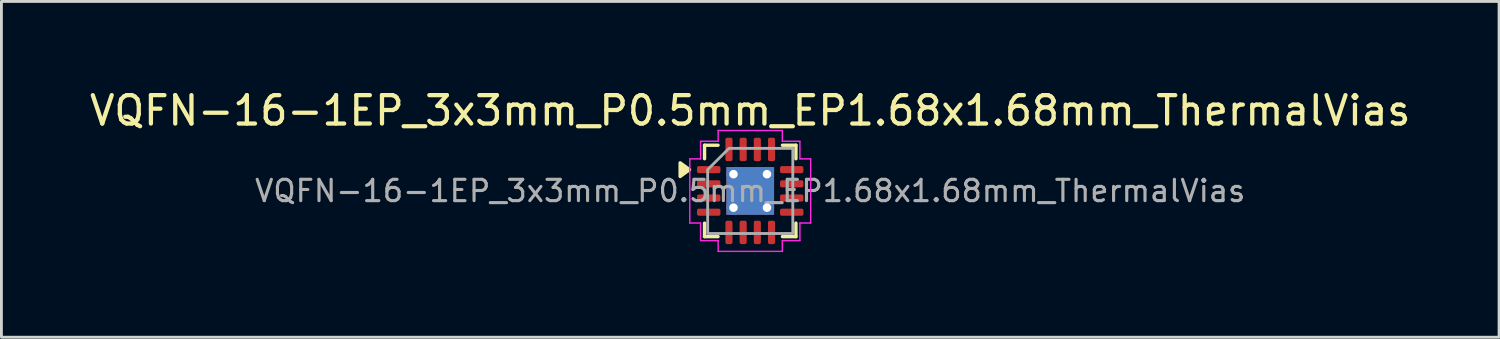
<source format=kicad_pcb>
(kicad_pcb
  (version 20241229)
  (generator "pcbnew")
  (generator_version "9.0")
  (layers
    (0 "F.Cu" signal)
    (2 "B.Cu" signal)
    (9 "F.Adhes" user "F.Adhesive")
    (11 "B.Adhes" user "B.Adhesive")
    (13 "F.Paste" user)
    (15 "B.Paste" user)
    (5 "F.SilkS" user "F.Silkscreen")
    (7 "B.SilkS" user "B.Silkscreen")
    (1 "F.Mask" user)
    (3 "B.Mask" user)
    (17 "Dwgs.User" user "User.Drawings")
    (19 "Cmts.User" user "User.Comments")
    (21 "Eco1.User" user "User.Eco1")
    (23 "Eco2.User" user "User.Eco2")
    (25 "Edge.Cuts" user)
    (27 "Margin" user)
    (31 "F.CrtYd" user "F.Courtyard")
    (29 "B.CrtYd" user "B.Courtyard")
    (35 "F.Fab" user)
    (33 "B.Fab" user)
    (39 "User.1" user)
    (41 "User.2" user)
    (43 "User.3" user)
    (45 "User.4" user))
  (footprint "VQFN-16-1EP_3x3mm_P0.5mm_EP1.68x1.68mm_ThermalVias"
    (layer "F.Cu")
    (at 23.387 3.678)
    (property "Reference" "VQFN-16-1EP_3x3mm_P0.5mm_EP1.68x1.68mm_ThermalVias" (at 0 -2.83 0) (layer "F.SilkS") (effects (font (size 1 1) (thickness 0.15))))
    (attr smd)
    (fp_line (start -1.61 -1.61) (end -1.135 -1.61) (stroke (width 0.12) (type solid)) (layer "F.SilkS"))
    (fp_line (start -1.61 -1.135) (end -1.61 -1.61) (stroke (width 0.12) (type solid)) (layer "F.SilkS"))
    (fp_line (start -1.61 1.61) (end -1.61 1.135) (stroke (width 0.12) (type solid)) (layer "F.SilkS"))
    (fp_line (start -1.135 1.61) (end -1.61 1.61) (stroke (width 0.12) (type solid)) (layer "F.SilkS"))
    (fp_line (start 1.135 -1.61) (end 1.61 -1.61) (stroke (width 0.12) (type solid)) (layer "F.SilkS"))
    (fp_line (start 1.61 -1.61) (end 1.61 -1.135) (stroke (width 0.12) (type solid)) (layer "F.SilkS"))
    (fp_line (start 1.61 1.135) (end 1.61 1.61) (stroke (width 0.12) (type solid)) (layer "F.SilkS"))
    (fp_line (start 1.61 1.61) (end 1.135 1.61) (stroke (width 0.12) (type solid)) (layer "F.SilkS"))
    (fp_poly (pts (xy -2.14 -0.75) (xy -2.47 -0.51) (xy -2.47 -0.99)) (stroke (width 0.12) (type solid)) (fill yes) (layer "F.SilkS"))
    (fp_line (start -2.13 -1.13) (end -1.75 -1.13) (stroke (width 0.05) (type solid)) (layer "F.CrtYd"))
    (fp_line (start -2.13 1.13) (end -2.13 -1.13) (stroke (width 0.05) (type solid)) (layer "F.CrtYd"))
    (fp_line (start -1.75 -1.75) (end -1.13 -1.75) (stroke (width 0.05) (type solid)) (layer "F.CrtYd"))
    (fp_line (start -1.75 -1.13) (end -1.75 -1.75) (stroke (width 0.05) (type solid)) (layer "F.CrtYd"))
    (fp_line (start -1.75 1.13) (end -2.13 1.13) (stroke (width 0.05) (type solid)) (layer "F.CrtYd"))
    (fp_line (start -1.75 1.75) (end -1.75 1.13) (stroke (width 0.05) (type solid)) (layer "F.CrtYd"))
    (fp_line (start -1.13 -2.13) (end 1.13 -2.13) (stroke (width 0.05) (type solid)) (layer "F.CrtYd"))
    (fp_line (start -1.13 -1.75) (end -1.13 -2.13) (stroke (width 0.05) (type solid)) (layer "F.CrtYd"))
    (fp_line (start -1.13 1.75) (end -1.75 1.75) (stroke (width 0.05) (type solid)) (layer "F.CrtYd"))
    (fp_line (start -1.13 2.13) (end -1.13 1.75) (stroke (width 0.05) (type solid)) (layer "F.CrtYd"))
    (fp_line (start 1.13 -2.13) (end 1.13 -1.75) (stroke (width 0.05) (type solid)) (layer "F.CrtYd"))
    (fp_line (start 1.13 -1.75) (end 1.75 -1.75) (stroke (width 0.05) (type solid)) (layer "F.CrtYd"))
    (fp_line (start 1.13 1.75) (end 1.13 2.13) (stroke (width 0.05) (type solid)) (layer "F.CrtYd"))
    (fp_line (start 1.13 2.13) (end -1.13 2.13) (stroke (width 0.05) (type solid)) (layer "F.CrtYd"))
    (fp_line (start 1.75 -1.75) (end 1.75 -1.13) (stroke (width 0.05) (type solid)) (layer "F.CrtYd"))
    (fp_line (start 1.75 -1.13) (end 2.13 -1.13) (stroke (width 0.05) (type solid)) (layer "F.CrtYd"))
    (fp_line (start 1.75 1.13) (end 1.75 1.75) (stroke (width 0.05) (type solid)) (layer "F.CrtYd"))
    (fp_line (start 1.75 1.75) (end 1.13 1.75) (stroke (width 0.05) (type solid)) (layer "F.CrtYd"))
    (fp_line (start 2.13 -1.13) (end 2.13 1.13) (stroke (width 0.05) (type solid)) (layer "F.CrtYd"))
    (fp_line (start 2.13 1.13) (end 1.75 1.13) (stroke (width 0.05) (type solid)) (layer "F.CrtYd"))
    (fp_poly (pts (xy -1.5 -0.75) (xy -1.5 1.5) (xy 1.5 1.5) (xy 1.5 -1.5) (xy -0.75 -1.5)) (stroke (width 0.1) (type solid)) (fill no) (layer "F.Fab"))
    (fp_text user "${REFERENCE}" (at 0 0 0) (layer "F.Fab") (effects (font (size 0.75 0.75) (thickness 0.11))))
    (pad "" smd roundrect (at -0.42 -0.42) (size 0.73 0.73) (layers "F.Paste") (roundrect_rratio 0.25))
    (pad "" smd roundrect (at -0.42 0.42) (size 0.73 0.73) (layers "F.Paste") (roundrect_rratio 0.25))
    (pad "" smd roundrect (at 0.42 -0.42) (size 0.73 0.73) (layers "F.Paste") (roundrect_rratio 0.25))
    (pad "" smd roundrect (at 0.42 0.42) (size 0.73 0.73) (layers "F.Paste") (roundrect_rratio 0.25))
    (pad "1" smd roundrect (at -1.462 -0.75) (size 0.825 0.25) (layers "F.Cu" "F.Mask" "F.Paste") (roundrect_rratio 0.25))
    (pad "2" smd roundrect (at -1.462 -0.25) (size 0.825 0.25) (layers "F.Cu" "F.Mask" "F.Paste") (roundrect_rratio 0.25))
    (pad "3" smd roundrect (at -1.462 0.25) (size 0.825 0.25) (layers "F.Cu" "F.Mask" "F.Paste") (roundrect_rratio 0.25))
    (pad "4" smd roundrect (at -1.462 0.75) (size 0.825 0.25) (layers "F.Cu" "F.Mask" "F.Paste") (roundrect_rratio 0.25))
    (pad "5" smd roundrect (at -0.75 1.462) (size 0.25 0.825) (layers "F.Cu" "F.Mask" "F.Paste") (roundrect_rratio 0.25))
    (pad "6" smd roundrect (at -0.25 1.462) (size 0.25 0.825) (layers "F.Cu" "F.Mask" "F.Paste") (roundrect_rratio 0.25))
    (pad "7" smd roundrect (at 0.25 1.462) (size 0.25 0.825) (layers "F.Cu" "F.Mask" "F.Paste") (roundrect_rratio 0.25))
    (pad "8" smd roundrect (at 0.75 1.462) (size 0.25 0.825) (layers "F.Cu" "F.Mask" "F.Paste") (roundrect_rratio 0.25))
    (pad "9" smd roundrect (at 1.462 0.75) (size 0.825 0.25) (layers "F.Cu" "F.Mask" "F.Paste") (roundrect_rratio 0.25))
    (pad "10" smd roundrect (at 1.462 0.25) (size 0.825 0.25) (layers "F.Cu" "F.Mask" "F.Paste") (roundrect_rratio 0.25))
    (pad "11" smd roundrect (at 1.462 -0.25) (size 0.825 0.25) (layers "F.Cu" "F.Mask" "F.Paste") (roundrect_rratio 0.25))
    (pad "12" smd roundrect (at 1.462 -0.75) (size 0.825 0.25) (layers "F.Cu" "F.Mask" "F.Paste") (roundrect_rratio 0.25))
    (pad "13" smd roundrect (at 0.75 -1.462) (size 0.25 0.825) (layers "F.Cu" "F.Mask" "F.Paste") (roundrect_rratio 0.25))
    (pad "14" smd roundrect (at 0.25 -1.462) (size 0.25 0.825) (layers "F.Cu" "F.Mask" "F.Paste") (roundrect_rratio 0.25))
    (pad "15" smd roundrect (at -0.25 -1.462) (size 0.25 0.825) (layers "F.Cu" "F.Mask" "F.Paste") (roundrect_rratio 0.25))
    (pad "16" smd roundrect (at -0.75 -1.462) (size 0.25 0.825) (layers "F.Cu" "F.Mask" "F.Paste") (roundrect_rratio 0.25))
    (pad "17" thru_hole circle (at -0.59 -0.59) (size 0.5 0.5) (drill 0.3) (property pad_prop_heatsink) (layers "*.Cu"))
    (pad "17" thru_hole circle (at -0.59 0.59) (size 0.5 0.5) (drill 0.3) (property pad_prop_heatsink) (layers "*.Cu"))
    (pad "17" smd rect (at 0 0) (size 1.68 1.68) (property pad_prop_heatsink) (layers "F.Cu" "F.Mask"))
    (pad "17" smd rect (at 0 0) (size 1.68 1.68) (property pad_prop_heatsink) (layers "B.Cu"))
    (pad "17" thru_hole circle (at 0.59 -0.59) (size 0.5 0.5) (drill 0.3) (property pad_prop_heatsink) (layers "*.Cu"))
    (pad "17" thru_hole circle (at 0.59 0.59) (size 0.5 0.5) (drill 0.3) (property pad_prop_heatsink) (layers "*.Cu")))
  (gr_rect
    (start -3 -3)
    (end 49.774 8.833)
    (stroke (width 0.1) (type default))
    (fill no)
    (layer "Edge.Cuts")))
</source>
